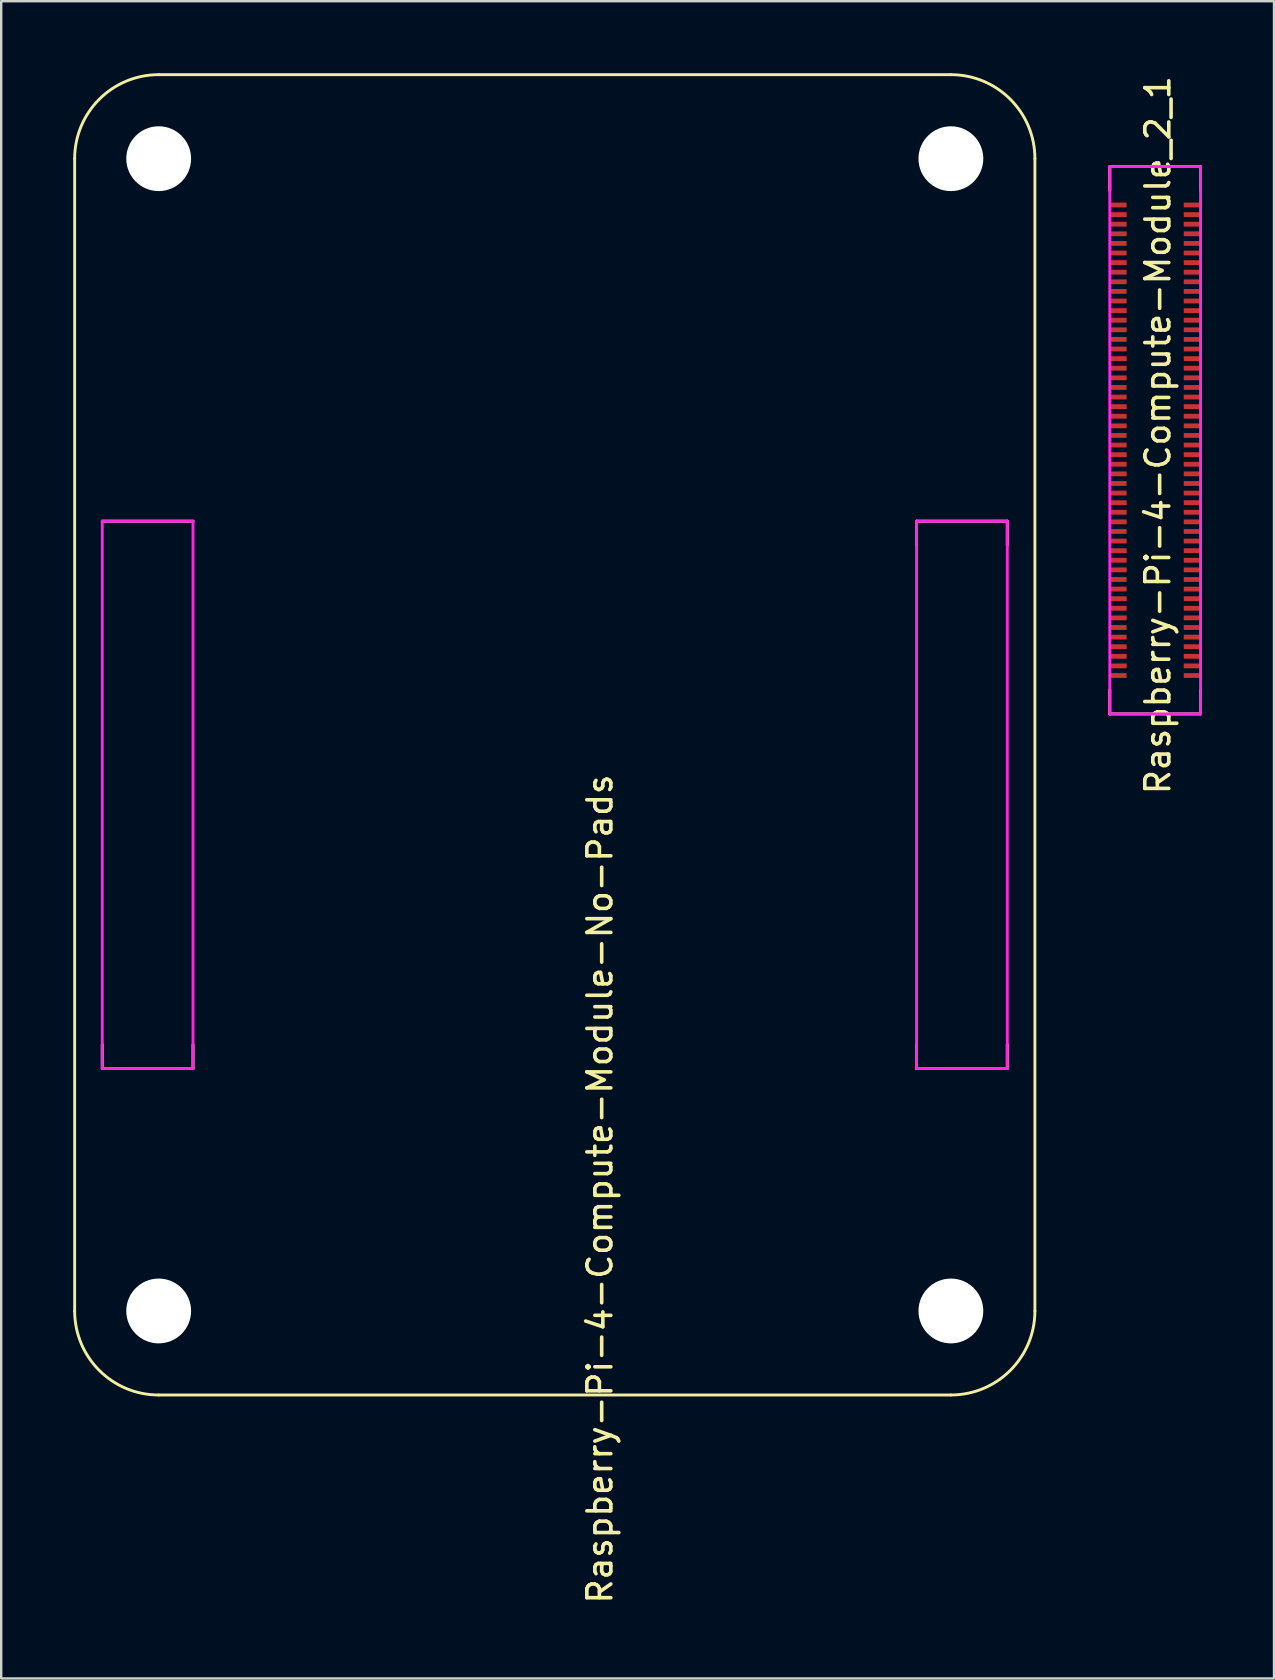
<source format=kicad_pcb>
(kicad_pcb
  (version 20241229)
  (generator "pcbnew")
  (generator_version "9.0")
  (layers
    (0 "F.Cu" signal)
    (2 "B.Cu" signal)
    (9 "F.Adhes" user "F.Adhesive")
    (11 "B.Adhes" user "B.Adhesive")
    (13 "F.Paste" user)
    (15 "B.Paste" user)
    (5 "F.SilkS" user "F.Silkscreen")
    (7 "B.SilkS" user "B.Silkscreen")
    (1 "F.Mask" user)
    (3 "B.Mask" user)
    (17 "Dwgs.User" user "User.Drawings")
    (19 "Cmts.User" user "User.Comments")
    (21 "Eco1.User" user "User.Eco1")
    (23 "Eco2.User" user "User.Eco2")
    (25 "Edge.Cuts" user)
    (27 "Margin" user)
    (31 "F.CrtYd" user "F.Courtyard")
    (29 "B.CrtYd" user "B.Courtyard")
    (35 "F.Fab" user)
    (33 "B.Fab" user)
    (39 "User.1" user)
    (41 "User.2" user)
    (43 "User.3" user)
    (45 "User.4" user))
  (footprint "Raspberry-Pi-4-Compute-Module_2_1"
    (layer "F.Cu")
    (at 45.07 15.297)
    (property "Reference" "Raspberry-Pi-4-Compute-Module_2_1" (at 0.112 -0.22 270) (layer "F.SilkS") (effects (font (size 1 1) (thickness 0.15))))
    (attr smd)
    (fp_line (start -1.89 -11.408) (end -1.89 -10.408) (stroke (width 0.12) (type solid)) (layer "F.SilkS"))
    (fp_line (start -1.89 -11.408) (end 1.89 -11.408) (stroke (width 0.12) (type solid)) (layer "F.SilkS"))
    (fp_line (start -1.89 11.392) (end -1.89 10.392) (stroke (width 0.12) (type solid)) (layer "F.SilkS"))
    (fp_line (start -1.89 11.392) (end 1.89 11.392) (stroke (width 0.12) (type solid)) (layer "F.SilkS"))
    (fp_line (start 1.89 -11.408) (end 1.89 -10.408) (stroke (width 0.12) (type solid)) (layer "F.SilkS"))
    (fp_line (start 1.89 11.392) (end 1.89 10.392) (stroke (width 0.12) (type solid)) (layer "F.SilkS"))
    (fp_line (start -1.89 -11.408) (end 1.89 -11.408) (stroke (width 0.12) (type solid)) (layer "F.CrtYd"))
    (fp_line (start -1.89 11.392) (end -1.89 -11.408) (stroke (width 0.12) (type solid)) (layer "F.CrtYd"))
    (fp_line (start 1.89 -11.408) (end 1.89 11.392) (stroke (width 0.12) (type solid)) (layer "F.CrtYd"))
    (fp_line (start 1.89 11.392) (end -1.89 11.392) (stroke (width 0.12) (type solid)) (layer "F.CrtYd"))
    (pad "101" smd rect (at -1.54 -9.808 270) (size 0.2 0.7) (layers "F.Cu" "F.Mask" "F.Paste"))
    (pad "102" smd rect (at 1.54 -9.808 270) (size 0.2 0.7) (layers "F.Cu" "F.Mask" "F.Paste"))
    (pad "103" smd rect (at -1.54 -9.408 270) (size 0.2 0.7) (layers "F.Cu" "F.Mask" "F.Paste"))
    (pad "104" smd rect (at 1.54 -9.408 270) (size 0.2 0.7) (layers "F.Cu" "F.Mask" "F.Paste"))
    (pad "105" smd rect (at -1.54 -9.008 270) (size 0.2 0.7) (layers "F.Cu" "F.Mask" "F.Paste"))
    (pad "106" smd rect (at 1.54 -9.008 270) (size 0.2 0.7) (layers "F.Cu" "F.Mask" "F.Paste"))
    (pad "107" smd rect (at -1.54 -8.608 270) (size 0.2 0.7) (layers "F.Cu" "F.Mask" "F.Paste"))
    (pad "108" smd rect (at 1.54 -8.608 270) (size 0.2 0.7) (layers "F.Cu" "F.Mask" "F.Paste"))
    (pad "109" smd rect (at -1.54 -8.208 270) (size 0.2 0.7) (layers "F.Cu" "F.Mask" "F.Paste"))
    (pad "110" smd rect (at 1.54 -8.208 270) (size 0.2 0.7) (layers "F.Cu" "F.Mask" "F.Paste"))
    (pad "111" smd rect (at -1.54 -7.808 270) (size 0.2 0.7) (layers "F.Cu" "F.Mask" "F.Paste"))
    (pad "112" smd rect (at 1.54 -7.808 270) (size 0.2 0.7) (layers "F.Cu" "F.Mask" "F.Paste"))
    (pad "113" smd rect (at -1.54 -7.408 270) (size 0.2 0.7) (layers "F.Cu" "F.Mask" "F.Paste"))
    (pad "114" smd rect (at 1.54 -7.408 270) (size 0.2 0.7) (layers "F.Cu" "F.Mask" "F.Paste"))
    (pad "115" smd rect (at -1.54 -7.008 270) (size 0.2 0.7) (layers "F.Cu" "F.Mask" "F.Paste"))
    (pad "116" smd rect (at 1.54 -7.008 270) (size 0.2 0.7) (layers "F.Cu" "F.Mask" "F.Paste"))
    (pad "117" smd rect (at -1.54 -6.608 270) (size 0.2 0.7) (layers "F.Cu" "F.Mask" "F.Paste"))
    (pad "118" smd rect (at 1.54 -6.608 270) (size 0.2 0.7) (layers "F.Cu" "F.Mask" "F.Paste"))
    (pad "119" smd rect (at -1.54 -6.208 270) (size 0.2 0.7) (layers "F.Cu" "F.Mask" "F.Paste"))
    (pad "120" smd rect (at 1.54 -6.208 270) (size 0.2 0.7) (layers "F.Cu" "F.Mask" "F.Paste"))
    (pad "121" smd rect (at -1.54 -5.808 270) (size 0.2 0.7) (layers "F.Cu" "F.Mask" "F.Paste"))
    (pad "122" smd rect (at 1.54 -5.808 270) (size 0.2 0.7) (layers "F.Cu" "F.Mask" "F.Paste"))
    (pad "123" smd rect (at -1.54 -5.408 270) (size 0.2 0.7) (layers "F.Cu" "F.Mask" "F.Paste"))
    (pad "124" smd rect (at 1.54 -5.408 270) (size 0.2 0.7) (layers "F.Cu" "F.Mask" "F.Paste"))
    (pad "125" smd rect (at -1.54 -5.008 270) (size 0.2 0.7) (layers "F.Cu" "F.Mask" "F.Paste"))
    (pad "126" smd rect (at 1.54 -5.008 270) (size 0.2 0.7) (layers "F.Cu" "F.Mask" "F.Paste"))
    (pad "127" smd rect (at -1.54 -4.608 270) (size 0.2 0.7) (layers "F.Cu" "F.Mask" "F.Paste"))
    (pad "128" smd rect (at 1.54 -4.608 270) (size 0.2 0.7) (layers "F.Cu" "F.Mask" "F.Paste"))
    (pad "129" smd rect (at -1.54 -4.208 270) (size 0.2 0.7) (layers "F.Cu" "F.Mask" "F.Paste"))
    (pad "130" smd rect (at 1.54 -4.208 270) (size 0.2 0.7) (layers "F.Cu" "F.Mask" "F.Paste"))
    (pad "131" smd rect (at -1.54 -3.808 270) (size 0.2 0.7) (layers "F.Cu" "F.Mask" "F.Paste"))
    (pad "132" smd rect (at 1.54 -3.808 270) (size 0.2 0.7) (layers "F.Cu" "F.Mask" "F.Paste"))
    (pad "133" smd rect (at -1.54 -3.408 270) (size 0.2 0.7) (layers "F.Cu" "F.Mask" "F.Paste"))
    (pad "134" smd rect (at 1.54 -3.408 270) (size 0.2 0.7) (layers "F.Cu" "F.Mask" "F.Paste"))
    (pad "135" smd rect (at -1.54 -3.008 270) (size 0.2 0.7) (layers "F.Cu" "F.Mask" "F.Paste"))
    (pad "136" smd rect (at 1.54 -3.008 270) (size 0.2 0.7) (layers "F.Cu" "F.Mask" "F.Paste"))
    (pad "137" smd rect (at -1.54 -2.608 270) (size 0.2 0.7) (layers "F.Cu" "F.Mask" "F.Paste"))
    (pad "138" smd rect (at 1.54 -2.608 270) (size 0.2 0.7) (layers "F.Cu" "F.Mask" "F.Paste"))
    (pad "139" smd rect (at -1.54 -2.208 270) (size 0.2 0.7) (layers "F.Cu" "F.Mask" "F.Paste"))
    (pad "140" smd rect (at 1.54 -2.208 270) (size 0.2 0.7) (layers "F.Cu" "F.Mask" "F.Paste"))
    (pad "141" smd rect (at -1.54 -1.808 270) (size 0.2 0.7) (layers "F.Cu" "F.Mask" "F.Paste"))
    (pad "142" smd rect (at 1.54 -1.808 270) (size 0.2 0.7) (layers "F.Cu" "F.Mask" "F.Paste"))
    (pad "143" smd rect (at -1.54 -1.408 270) (size 0.2 0.7) (layers "F.Cu" "F.Mask" "F.Paste"))
    (pad "144" smd rect (at 1.54 -1.408 270) (size 0.2 0.7) (layers "F.Cu" "F.Mask" "F.Paste"))
    (pad "145" smd rect (at -1.54 -1.008 270) (size 0.2 0.7) (layers "F.Cu" "F.Mask" "F.Paste"))
    (pad "146" smd rect (at 1.54 -1.008 270) (size 0.2 0.7) (layers "F.Cu" "F.Mask" "F.Paste"))
    (pad "147" smd rect (at -1.54 -0.608 270) (size 0.2 0.7) (layers "F.Cu" "F.Mask" "F.Paste"))
    (pad "148" smd rect (at 1.54 -0.608 270) (size 0.2 0.7) (layers "F.Cu" "F.Mask" "F.Paste"))
    (pad "149" smd rect (at -1.54 -0.208 270) (size 0.2 0.7) (layers "F.Cu" "F.Mask" "F.Paste"))
    (pad "150" smd rect (at 1.54 -0.208 270) (size 0.2 0.7) (layers "F.Cu" "F.Mask" "F.Paste"))
    (pad "151" smd rect (at -1.54 0.192 270) (size 0.2 0.7) (layers "F.Cu" "F.Mask" "F.Paste"))
    (pad "152" smd rect (at 1.54 0.192 270) (size 0.2 0.7) (layers "F.Cu" "F.Mask" "F.Paste"))
    (pad "153" smd rect (at -1.54 0.592 270) (size 0.2 0.7) (layers "F.Cu" "F.Mask" "F.Paste"))
    (pad "154" smd rect (at 1.54 0.592 270) (size 0.2 0.7) (layers "F.Cu" "F.Mask" "F.Paste"))
    (pad "155" smd rect (at -1.54 0.992 270) (size 0.2 0.7) (layers "F.Cu" "F.Mask" "F.Paste"))
    (pad "156" smd rect (at 1.54 0.992 270) (size 0.2 0.7) (layers "F.Cu" "F.Mask" "F.Paste"))
    (pad "157" smd rect (at -1.54 1.392 270) (size 0.2 0.7) (layers "F.Cu" "F.Mask" "F.Paste"))
    (pad "158" smd rect (at 1.54 1.392 270) (size 0.2 0.7) (layers "F.Cu" "F.Mask" "F.Paste"))
    (pad "159" smd rect (at -1.54 1.792 270) (size 0.2 0.7) (layers "F.Cu" "F.Mask" "F.Paste"))
    (pad "160" smd rect (at 1.54 1.792 270) (size 0.2 0.7) (layers "F.Cu" "F.Mask" "F.Paste"))
    (pad "161" smd rect (at -1.54 2.192 270) (size 0.2 0.7) (layers "F.Cu" "F.Mask" "F.Paste"))
    (pad "162" smd rect (at 1.54 2.192 270) (size 0.2 0.7) (layers "F.Cu" "F.Mask" "F.Paste"))
    (pad "163" smd rect (at -1.54 2.592 270) (size 0.2 0.7) (layers "F.Cu" "F.Mask" "F.Paste"))
    (pad "164" smd rect (at 1.54 2.592 270) (size 0.2 0.7) (layers "F.Cu" "F.Mask" "F.Paste"))
    (pad "165" smd rect (at -1.54 2.992 270) (size 0.2 0.7) (layers "F.Cu" "F.Mask" "F.Paste"))
    (pad "166" smd rect (at 1.54 2.992 270) (size 0.2 0.7) (layers "F.Cu" "F.Mask" "F.Paste"))
    (pad "167" smd rect (at -1.54 3.392 270) (size 0.2 0.7) (layers "F.Cu" "F.Mask" "F.Paste"))
    (pad "168" smd rect (at 1.54 3.392 270) (size 0.2 0.7) (layers "F.Cu" "F.Mask" "F.Paste"))
    (pad "169" smd rect (at -1.54 3.792 270) (size 0.2 0.7) (layers "F.Cu" "F.Mask" "F.Paste"))
    (pad "170" smd rect (at 1.54 3.792 270) (size 0.2 0.7) (layers "F.Cu" "F.Mask" "F.Paste"))
    (pad "171" smd rect (at -1.54 4.192 270) (size 0.2 0.7) (layers "F.Cu" "F.Mask" "F.Paste"))
    (pad "172" smd rect (at 1.54 4.192 270) (size 0.2 0.7) (layers "F.Cu" "F.Mask" "F.Paste"))
    (pad "173" smd rect (at -1.54 4.592 270) (size 0.2 0.7) (layers "F.Cu" "F.Mask" "F.Paste"))
    (pad "174" smd rect (at 1.54 4.592 270) (size 0.2 0.7) (layers "F.Cu" "F.Mask" "F.Paste"))
    (pad "175" smd rect (at -1.54 4.992 270) (size 0.2 0.7) (layers "F.Cu" "F.Mask" "F.Paste"))
    (pad "176" smd rect (at 1.54 4.992 270) (size 0.2 0.7) (layers "F.Cu" "F.Mask" "F.Paste"))
    (pad "177" smd rect (at -1.54 5.392 270) (size 0.2 0.7) (layers "F.Cu" "F.Mask" "F.Paste"))
    (pad "178" smd rect (at 1.54 5.392 270) (size 0.2 0.7) (layers "F.Cu" "F.Mask" "F.Paste"))
    (pad "179" smd rect (at -1.54 5.792 270) (size 0.2 0.7) (layers "F.Cu" "F.Mask" "F.Paste"))
    (pad "180" smd rect (at 1.54 5.792 270) (size 0.2 0.7) (layers "F.Cu" "F.Mask" "F.Paste"))
    (pad "181" smd rect (at -1.54 6.192 270) (size 0.2 0.7) (layers "F.Cu" "F.Mask" "F.Paste"))
    (pad "182" smd rect (at 1.54 6.192 270) (size 0.2 0.7) (layers "F.Cu" "F.Mask" "F.Paste"))
    (pad "183" smd rect (at -1.54 6.592 270) (size 0.2 0.7) (layers "F.Cu" "F.Mask" "F.Paste"))
    (pad "184" smd rect (at 1.54 6.592 270) (size 0.2 0.7) (layers "F.Cu" "F.Mask" "F.Paste"))
    (pad "185" smd rect (at -1.54 6.992 270) (size 0.2 0.7) (layers "F.Cu" "F.Mask" "F.Paste"))
    (pad "186" smd rect (at 1.54 6.992 270) (size 0.2 0.7) (layers "F.Cu" "F.Mask" "F.Paste"))
    (pad "187" smd rect (at -1.54 7.392 270) (size 0.2 0.7) (layers "F.Cu" "F.Mask" "F.Paste"))
    (pad "188" smd rect (at 1.54 7.392 270) (size 0.2 0.7) (layers "F.Cu" "F.Mask" "F.Paste"))
    (pad "189" smd rect (at -1.54 7.792 270) (size 0.2 0.7) (layers "F.Cu" "F.Mask" "F.Paste"))
    (pad "190" smd rect (at 1.54 7.792 270) (size 0.2 0.7) (layers "F.Cu" "F.Mask" "F.Paste"))
    (pad "191" smd rect (at -1.54 8.192 270) (size 0.2 0.7) (layers "F.Cu" "F.Mask" "F.Paste"))
    (pad "192" smd rect (at 1.54 8.192 270) (size 0.2 0.7) (layers "F.Cu" "F.Mask" "F.Paste"))
    (pad "193" smd rect (at -1.54 8.592 270) (size 0.2 0.7) (layers "F.Cu" "F.Mask" "F.Paste"))
    (pad "194" smd rect (at 1.54 8.592 270) (size 0.2 0.7) (layers "F.Cu" "F.Mask" "F.Paste"))
    (pad "195" smd rect (at -1.54 8.992 270) (size 0.2 0.7) (layers "F.Cu" "F.Mask" "F.Paste"))
    (pad "196" smd rect (at 1.54 8.992 270) (size 0.2 0.7) (layers "F.Cu" "F.Mask" "F.Paste"))
    (pad "197" smd rect (at -1.54 9.392 270) (size 0.2 0.7) (layers "F.Cu" "F.Mask" "F.Paste"))
    (pad "198" smd rect (at 1.54 9.392 270) (size 0.2 0.7) (layers "F.Cu" "F.Mask" "F.Paste"))
    (pad "199" smd rect (at -1.54 9.792 270) (size 0.2 0.7) (layers "F.Cu" "F.Mask" "F.Paste"))
    (pad "200" smd rect (at 1.54 9.792 270) (size 0.2 0.7) (layers "F.Cu" "F.Mask" "F.Paste")))
  (footprint "Raspberry-Pi-4-Compute-Module-No-Pads"
    (layer "F.Cu")
    (at 3.56 51.56)
    (property "Reference" "Raspberry-Pi-4-Compute-Module-No-Pads" (at 18.38 -5.08 270) (layer "F.SilkS") (effects (font (size 1 1) (thickness 0.15))))
    (attr smd)
    (fp_line (start -3.5 -48) (end -3.5 0) (stroke (width 0.12) (type solid)) (layer "F.SilkS"))
    (fp_line (start -2.35 -32.9) (end 1.43 -32.9) (stroke (width 0.12) (type solid)) (layer "F.SilkS"))
    (fp_line (start -2.35 -10.1) (end -2.35 -11.1) (stroke (width 0.12) (type solid)) (layer "F.SilkS"))
    (fp_line (start -2.35 -10.1) (end 1.43 -10.1) (stroke (width 0.12) (type solid)) (layer "F.SilkS"))
    (fp_line (start 0 3.5) (end 33 3.5) (stroke (width 0.12) (type solid)) (layer "F.SilkS"))
    (fp_line (start 1.43 -10.1) (end 1.43 -11.1) (stroke (width 0.12) (type solid)) (layer "F.SilkS"))
    (fp_line (start 31.57 -32.9) (end 31.57 -31.9) (stroke (width 0.12) (type solid)) (layer "F.SilkS"))
    (fp_line (start 31.57 -32.9) (end 35.35 -32.9) (stroke (width 0.12) (type solid)) (layer "F.SilkS"))
    (fp_line (start 31.57 -10.1) (end 31.57 -11.1) (stroke (width 0.12) (type solid)) (layer "F.SilkS"))
    (fp_line (start 31.57 -10.1) (end 35.35 -10.1) (stroke (width 0.12) (type solid)) (layer "F.SilkS"))
    (fp_line (start 33 -51.5) (end 0 -51.5) (stroke (width 0.12) (type solid)) (layer "F.SilkS"))
    (fp_line (start 35.35 -32.9) (end 35.35 -31.9) (stroke (width 0.12) (type solid)) (layer "F.SilkS"))
    (fp_line (start 35.35 -10.1) (end 35.35 -11.1) (stroke (width 0.12) (type solid)) (layer "F.SilkS"))
    (fp_line (start 36.5 0) (end 36.5 -48) (stroke (width 0.12) (type solid)) (layer "F.SilkS"))
    (fp_arc (start -3.5 -48) (mid -2.474874 -50.474874) (end 0 -51.5) (stroke (width 0.12) (type solid)) (layer "F.SilkS"))
    (fp_arc (start 0 3.5) (mid -2.474874 2.474874) (end -3.5 0) (stroke (width 0.12) (type solid)) (layer "F.SilkS"))
    (fp_arc (start 33 -51.5) (mid 35.474874 -50.474874) (end 36.5 -48) (stroke (width 0.12) (type solid)) (layer "F.SilkS"))
    (fp_arc (start 36.5 0) (mid 35.474874 2.474874) (end 33 3.5) (stroke (width 0.12) (type solid)) (layer "F.SilkS"))
    (fp_line (start 36.075 -11.6) (end -3.225 -11.6) (stroke (width 0.001) (type default)) (layer "Dwgs.User"))
    (fp_line (start 36.2 -31.4) (end -3.1 -31.4) (stroke (width 0.001) (type default)) (layer "Dwgs.User"))
    (fp_line (start -2.35 -32.9) (end 1.43 -32.9) (stroke (width 0.12) (type solid)) (layer "F.CrtYd"))
    (fp_line (start -2.35 -10.1) (end -2.35 -32.9) (stroke (width 0.12) (type solid)) (layer "F.CrtYd"))
    (fp_line (start 1.43 -32.9) (end 1.43 -10.1) (stroke (width 0.12) (type solid)) (layer "F.CrtYd"))
    (fp_line (start 1.43 -10.1) (end -2.35 -10.1) (stroke (width 0.12) (type solid)) (layer "F.CrtYd"))
    (fp_line (start 31.57 -32.9) (end 35.35 -32.9) (stroke (width 0.12) (type solid)) (layer "F.CrtYd"))
    (fp_line (start 31.57 -10.1) (end 31.57 -32.9) (stroke (width 0.12) (type solid)) (layer "F.CrtYd"))
    (fp_line (start 35.35 -32.9) (end 35.35 -10.1) (stroke (width 0.12) (type solid)) (layer "F.CrtYd"))
    (fp_line (start 35.35 -10.1) (end 31.57 -10.1) (stroke (width 0.12) (type solid)) (layer "F.CrtYd"))
    (pad "" np_thru_hole circle (at 0 -48) (size 2.7 2.7) (drill 2.7) (layers "*.Cu" "*.Mask"))
    (pad "" np_thru_hole circle (at 0 0) (size 2.7 2.7) (drill 2.7) (layers "*.Cu" "*.Mask"))
    (pad "" np_thru_hole circle (at 33 -48) (size 2.7 2.7) (drill 2.7) (layers "*.Cu" "*.Mask"))
    (pad "" np_thru_hole circle (at 33 0) (size 2.7 2.7) (drill 2.7) (layers "*.Cu" "*.Mask")))
  (gr_rect
    (start -3 -3)
    (end 50.02 66.867)
    (stroke (width 0.1) (type default))
    (fill no)
    (layer "Edge.Cuts")))
</source>
